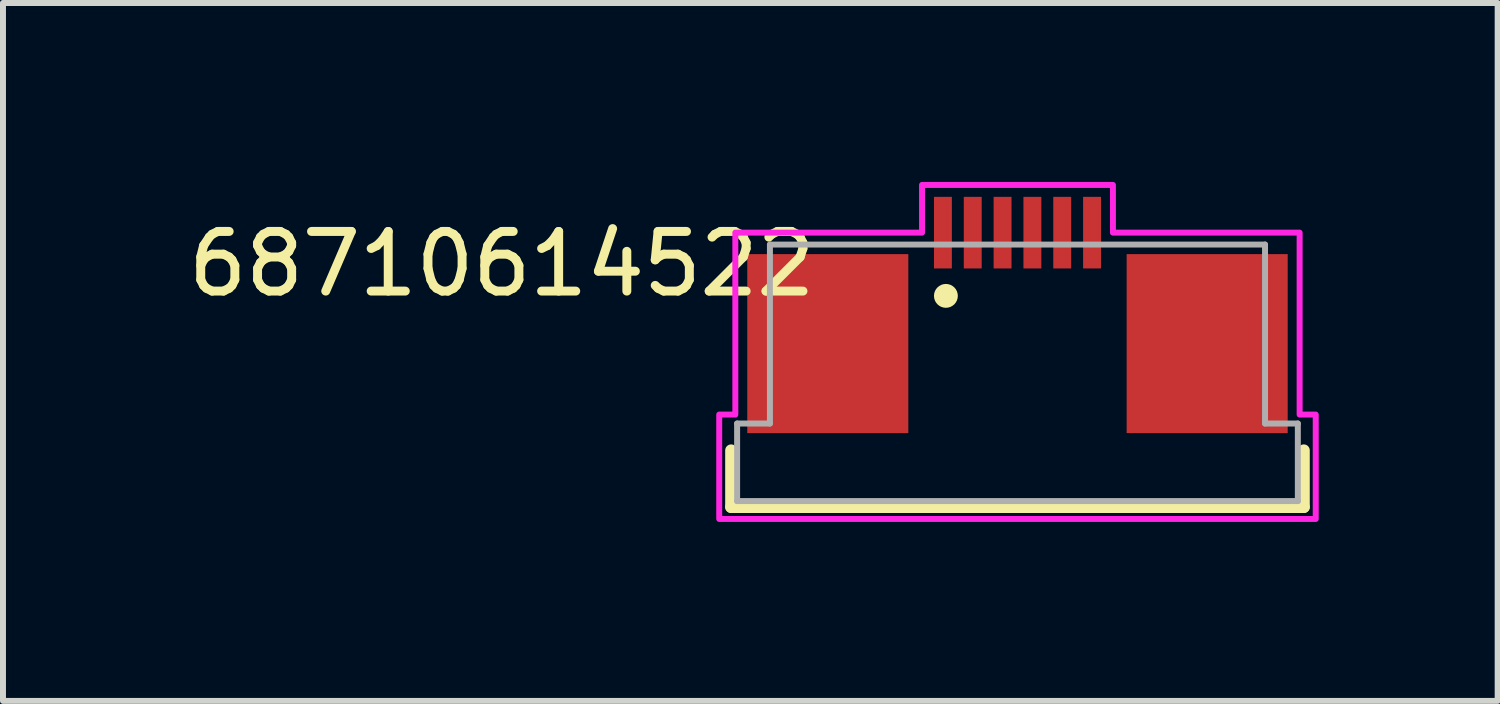
<source format=kicad_pcb>
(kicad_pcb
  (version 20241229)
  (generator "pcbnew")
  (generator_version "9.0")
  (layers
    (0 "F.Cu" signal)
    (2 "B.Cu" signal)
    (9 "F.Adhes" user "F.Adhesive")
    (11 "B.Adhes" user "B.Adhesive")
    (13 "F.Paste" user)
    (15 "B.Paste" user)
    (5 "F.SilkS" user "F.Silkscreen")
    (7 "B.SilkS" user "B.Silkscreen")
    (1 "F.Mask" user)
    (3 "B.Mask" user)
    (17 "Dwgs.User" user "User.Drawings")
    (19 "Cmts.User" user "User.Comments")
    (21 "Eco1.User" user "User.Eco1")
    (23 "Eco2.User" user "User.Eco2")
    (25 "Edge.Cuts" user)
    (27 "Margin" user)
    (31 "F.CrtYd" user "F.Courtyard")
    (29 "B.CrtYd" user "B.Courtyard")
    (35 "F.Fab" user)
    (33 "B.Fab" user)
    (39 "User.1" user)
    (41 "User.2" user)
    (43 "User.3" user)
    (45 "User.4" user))
  (footprint "68710614522"
    (layer "F.Cu")
    (at 14.007 3.2)
    (property "Reference" "68710614522" (at -8.644 -1.825 0) (layer "F.SilkS") (effects (font (size 1 1) (thickness 0.15))))
    (attr smd)
    (fp_line (start -4.8 1.3) (end -4.8 2.25) (stroke (width 0.2) (type solid)) (layer "F.SilkS"))
    (fp_line (start -4.8 2.25) (end 4.8 2.25) (stroke (width 0.2) (type solid)) (layer "F.SilkS"))
    (fp_line (start 4.8 2.25) (end 4.8 1.3) (stroke (width 0.2) (type solid)) (layer "F.SilkS"))
    (fp_circle (center -1.2 -1.29) (end -1.1 -1.29) (stroke (width 0.2) (type solid)) (fill no) (layer "F.SilkS"))
    (fp_poly (pts (xy 1.6 -3.15) (xy 1.6 -2.35) (xy 4.73 -2.35) (xy 4.73 0.7) (xy 5 0.7) (xy 5 2.45) (xy -5 2.45) (xy -5 0.7) (xy -4.73 0.7) (xy -4.73 -2.35) (xy -1.6 -2.35) (xy -1.6 -3.15)) (stroke (width 0.1) (type solid)) (fill no) (layer "F.CrtYd"))
    (fp_line (start -4.7 2.15) (end -4.7 0.85) (stroke (width 0.1) (type solid)) (layer "F.Fab"))
    (fp_line (start -4.7 2.15) (end 4.7 2.15) (stroke (width 0.1) (type solid)) (layer "F.Fab"))
    (fp_line (start -4.15 -2.15) (end -4.15 0.85) (stroke (width 0.1) (type solid)) (layer "F.Fab"))
    (fp_line (start -4.15 -2.15) (end 4.15 -2.15) (stroke (width 0.1) (type solid)) (layer "F.Fab"))
    (fp_line (start -4.15 0.85) (end -4.7 0.85) (stroke (width 0.1) (type solid)) (layer "F.Fab"))
    (fp_line (start 4.15 -2.15) (end 4.15 0.85) (stroke (width 0.1) (type solid)) (layer "F.Fab"))
    (fp_line (start 4.15 0.85) (end 4.7 0.85) (stroke (width 0.1) (type solid)) (layer "F.Fab"))
    (fp_line (start 4.7 0.85) (end 4.7 2.15) (stroke (width 0.1) (type solid)) (layer "F.Fab"))
    (pad "1" smd rect (at -1.25 -2.35) (size 0.3 1.2) (layers "F.Cu" "F.Mask" "F.Paste"))
    (pad "2" smd rect (at -0.75 -2.35) (size 0.3 1.2) (layers "F.Cu" "F.Mask" "F.Paste"))
    (pad "3" smd rect (at -0.25 -2.35) (size 0.3 1.2) (layers "F.Cu" "F.Mask" "F.Paste"))
    (pad "4" smd rect (at 0.25 -2.35) (size 0.3 1.2) (layers "F.Cu" "F.Mask" "F.Paste"))
    (pad "5" smd rect (at 0.75 -2.35) (size 0.3 1.2) (layers "F.Cu" "F.Mask" "F.Paste"))
    (pad "6" smd rect (at 1.25 -2.35) (size 0.3 1.2) (layers "F.Cu" "F.Mask" "F.Paste"))
    (pad "Z1" smd rect (at -3.18 -0.49) (size 2.7 3) (layers "F.Cu" "F.Mask" "F.Paste"))
    (pad "Z2" smd rect (at 3.18 -0.49) (size 2.7 3) (layers "F.Cu" "F.Mask" "F.Paste")))
  (gr_rect
    (start -3 -3)
    (end 22.057 8.7)
    (stroke (width 0.1) (type default))
    (fill no)
    (layer "Edge.Cuts")))
</source>
